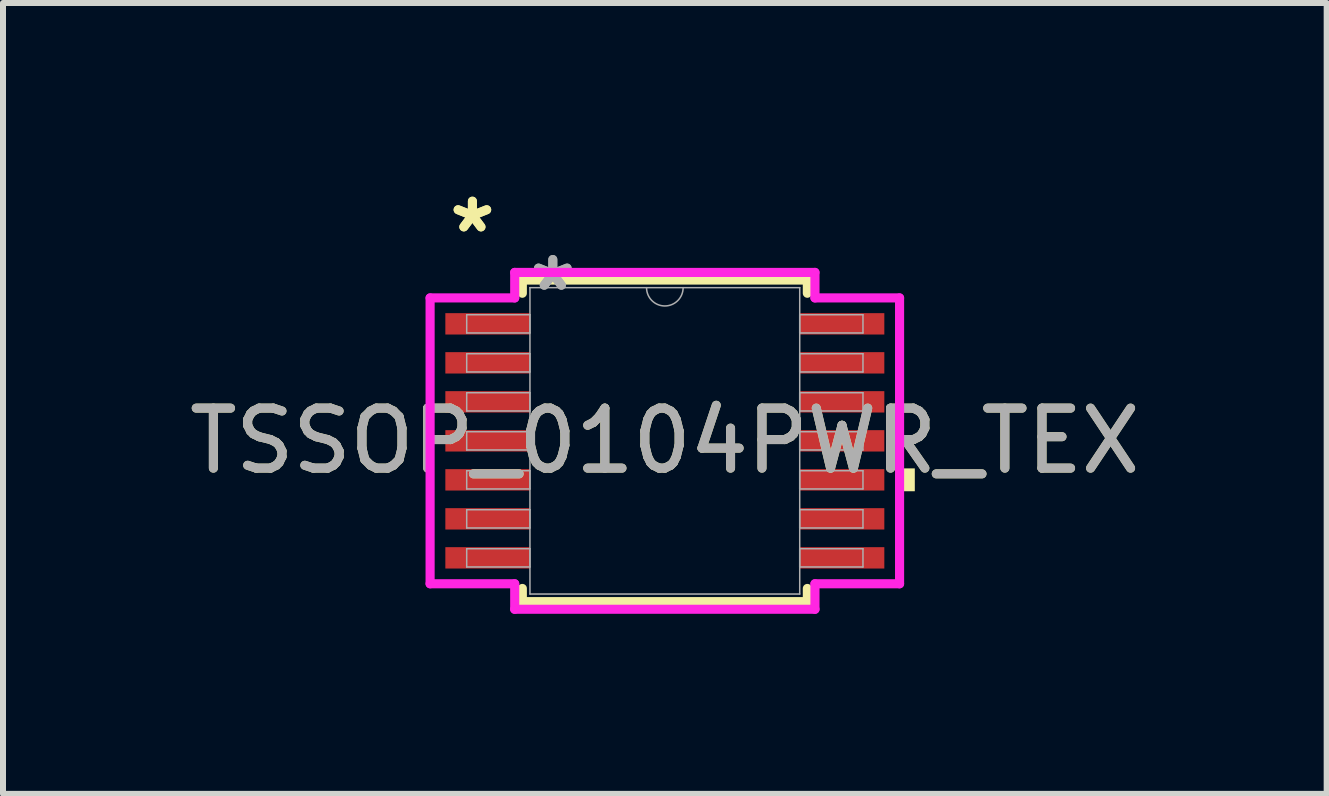
<source format=kicad_pcb>
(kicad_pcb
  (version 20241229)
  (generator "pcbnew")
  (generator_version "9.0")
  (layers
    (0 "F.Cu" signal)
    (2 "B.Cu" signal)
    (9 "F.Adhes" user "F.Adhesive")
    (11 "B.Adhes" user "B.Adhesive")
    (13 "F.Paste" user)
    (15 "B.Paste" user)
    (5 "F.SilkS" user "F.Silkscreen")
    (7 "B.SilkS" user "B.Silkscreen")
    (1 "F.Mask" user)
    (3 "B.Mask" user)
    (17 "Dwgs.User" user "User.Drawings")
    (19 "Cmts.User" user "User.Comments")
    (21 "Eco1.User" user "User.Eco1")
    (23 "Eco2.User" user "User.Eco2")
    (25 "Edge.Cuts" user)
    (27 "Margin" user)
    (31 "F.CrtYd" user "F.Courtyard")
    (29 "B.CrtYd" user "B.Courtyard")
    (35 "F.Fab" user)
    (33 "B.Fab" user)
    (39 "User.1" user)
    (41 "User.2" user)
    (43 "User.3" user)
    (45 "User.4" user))
  (footprint "TSSOP_0104PWR_TEX"
    (layer "F.Cu")
    (at 8.03 4.297)
    (property "Reference" "TSSOP_0104PWR_TEX" (at 0 0 0) (unlocked yes) (layer "F.SilkS") (effects (font (size 1 1) (thickness 0.15))))
    (attr smd)
    (fp_line (start -2.375 -2.68) (end -2.375 -2.46) (stroke (width 0.152) (type solid)) (layer "F.SilkS"))
    (fp_line (start -2.375 2.46) (end -2.375 2.68) (stroke (width 0.152) (type solid)) (layer "F.SilkS"))
    (fp_line (start -2.375 2.68) (end 2.375 2.68) (stroke (width 0.152) (type solid)) (layer "F.SilkS"))
    (fp_line (start 2.375 -2.68) (end -2.375 -2.68) (stroke (width 0.152) (type solid)) (layer "F.SilkS"))
    (fp_line (start 2.375 -2.46) (end 2.375 -2.68) (stroke (width 0.152) (type solid)) (layer "F.SilkS"))
    (fp_line (start 2.375 2.68) (end 2.375 2.46) (stroke (width 0.152) (type solid)) (layer "F.SilkS"))
    (fp_poly (pts (xy 4.166 0.459) (xy 4.166 0.84) (xy 3.912 0.84) (xy 3.912 0.459)) (stroke (width 0) (type solid)) (fill yes) (layer "F.SilkS"))
    (fp_line (start -3.912 -2.382) (end -2.502 -2.382) (stroke (width 0.152) (type solid)) (layer "F.CrtYd"))
    (fp_line (start -3.912 2.382) (end -3.912 -2.382) (stroke (width 0.152) (type solid)) (layer "F.CrtYd"))
    (fp_line (start -3.912 2.382) (end -2.502 2.382) (stroke (width 0.152) (type solid)) (layer "F.CrtYd"))
    (fp_line (start -2.502 -2.807) (end 2.502 -2.807) (stroke (width 0.152) (type solid)) (layer "F.CrtYd"))
    (fp_line (start -2.502 -2.382) (end -2.502 -2.807) (stroke (width 0.152) (type solid)) (layer "F.CrtYd"))
    (fp_line (start -2.502 2.807) (end -2.502 2.382) (stroke (width 0.152) (type solid)) (layer "F.CrtYd"))
    (fp_line (start 2.502 -2.807) (end 2.502 -2.382) (stroke (width 0.152) (type solid)) (layer "F.CrtYd"))
    (fp_line (start 2.502 2.382) (end 2.502 2.807) (stroke (width 0.152) (type solid)) (layer "F.CrtYd"))
    (fp_line (start 2.502 2.807) (end -2.502 2.807) (stroke (width 0.152) (type solid)) (layer "F.CrtYd"))
    (fp_line (start 3.912 -2.382) (end 2.502 -2.382) (stroke (width 0.152) (type solid)) (layer "F.CrtYd"))
    (fp_line (start 3.912 -2.382) (end 3.912 2.382) (stroke (width 0.152) (type solid)) (layer "F.CrtYd"))
    (fp_line (start 3.912 2.382) (end 2.502 2.382) (stroke (width 0.152) (type solid)) (layer "F.CrtYd"))
    (fp_line (start -3.302 -2.102) (end -3.302 -1.798) (stroke (width 0.025) (type solid)) (layer "F.Fab"))
    (fp_line (start -3.302 -1.798) (end -2.248 -1.798) (stroke (width 0.025) (type solid)) (layer "F.Fab"))
    (fp_line (start -3.302 -1.452) (end -3.302 -1.148) (stroke (width 0.025) (type solid)) (layer "F.Fab"))
    (fp_line (start -3.302 -1.148) (end -2.248 -1.148) (stroke (width 0.025) (type solid)) (layer "F.Fab"))
    (fp_line (start -3.302 -0.802) (end -3.302 -0.498) (stroke (width 0.025) (type solid)) (layer "F.Fab"))
    (fp_line (start -3.302 -0.498) (end -2.248 -0.498) (stroke (width 0.025) (type solid)) (layer "F.Fab"))
    (fp_line (start -3.302 -0.152) (end -3.302 0.152) (stroke (width 0.025) (type solid)) (layer "F.Fab"))
    (fp_line (start -3.302 0.152) (end -2.248 0.152) (stroke (width 0.025) (type solid)) (layer "F.Fab"))
    (fp_line (start -3.302 0.498) (end -3.302 0.802) (stroke (width 0.025) (type solid)) (layer "F.Fab"))
    (fp_line (start -3.302 0.802) (end -2.248 0.802) (stroke (width 0.025) (type solid)) (layer "F.Fab"))
    (fp_line (start -3.302 1.148) (end -3.302 1.452) (stroke (width 0.025) (type solid)) (layer "F.Fab"))
    (fp_line (start -3.302 1.452) (end -2.248 1.452) (stroke (width 0.025) (type solid)) (layer "F.Fab"))
    (fp_line (start -3.302 1.798) (end -3.302 2.102) (stroke (width 0.025) (type solid)) (layer "F.Fab"))
    (fp_line (start -3.302 2.102) (end -2.248 2.102) (stroke (width 0.025) (type solid)) (layer "F.Fab"))
    (fp_line (start -2.248 -2.553) (end -2.248 2.553) (stroke (width 0.025) (type solid)) (layer "F.Fab"))
    (fp_line (start -2.248 -2.102) (end -3.302 -2.102) (stroke (width 0.025) (type solid)) (layer "F.Fab"))
    (fp_line (start -2.248 -1.798) (end -2.248 -2.102) (stroke (width 0.025) (type solid)) (layer "F.Fab"))
    (fp_line (start -2.248 -1.452) (end -3.302 -1.452) (stroke (width 0.025) (type solid)) (layer "F.Fab"))
    (fp_line (start -2.248 -1.148) (end -2.248 -1.452) (stroke (width 0.025) (type solid)) (layer "F.Fab"))
    (fp_line (start -2.248 -0.802) (end -3.302 -0.802) (stroke (width 0.025) (type solid)) (layer "F.Fab"))
    (fp_line (start -2.248 -0.498) (end -2.248 -0.802) (stroke (width 0.025) (type solid)) (layer "F.Fab"))
    (fp_line (start -2.248 -0.152) (end -3.302 -0.152) (stroke (width 0.025) (type solid)) (layer "F.Fab"))
    (fp_line (start -2.248 0.152) (end -2.248 -0.152) (stroke (width 0.025) (type solid)) (layer "F.Fab"))
    (fp_line (start -2.248 0.498) (end -3.302 0.498) (stroke (width 0.025) (type solid)) (layer "F.Fab"))
    (fp_line (start -2.248 0.802) (end -2.248 0.498) (stroke (width 0.025) (type solid)) (layer "F.Fab"))
    (fp_line (start -2.248 1.148) (end -3.302 1.148) (stroke (width 0.025) (type solid)) (layer "F.Fab"))
    (fp_line (start -2.248 1.452) (end -2.248 1.148) (stroke (width 0.025) (type solid)) (layer "F.Fab"))
    (fp_line (start -2.248 1.798) (end -3.302 1.798) (stroke (width 0.025) (type solid)) (layer "F.Fab"))
    (fp_line (start -2.248 2.102) (end -2.248 1.798) (stroke (width 0.025) (type solid)) (layer "F.Fab"))
    (fp_line (start -2.248 2.553) (end 2.248 2.553) (stroke (width 0.025) (type solid)) (layer "F.Fab"))
    (fp_line (start 2.248 -2.553) (end -2.248 -2.553) (stroke (width 0.025) (type solid)) (layer "F.Fab"))
    (fp_line (start 2.248 -2.102) (end 2.248 -1.798) (stroke (width 0.025) (type solid)) (layer "F.Fab"))
    (fp_line (start 2.248 -1.798) (end 3.302 -1.798) (stroke (width 0.025) (type solid)) (layer "F.Fab"))
    (fp_line (start 2.248 -1.452) (end 2.248 -1.148) (stroke (width 0.025) (type solid)) (layer "F.Fab"))
    (fp_line (start 2.248 -1.148) (end 3.302 -1.148) (stroke (width 0.025) (type solid)) (layer "F.Fab"))
    (fp_line (start 2.248 -0.802) (end 2.248 -0.498) (stroke (width 0.025) (type solid)) (layer "F.Fab"))
    (fp_line (start 2.248 -0.498) (end 3.302 -0.498) (stroke (width 0.025) (type solid)) (layer "F.Fab"))
    (fp_line (start 2.248 -0.152) (end 2.248 0.152) (stroke (width 0.025) (type solid)) (layer "F.Fab"))
    (fp_line (start 2.248 0.152) (end 3.302 0.152) (stroke (width 0.025) (type solid)) (layer "F.Fab"))
    (fp_line (start 2.248 0.498) (end 2.248 0.802) (stroke (width 0.025) (type solid)) (layer "F.Fab"))
    (fp_line (start 2.248 0.802) (end 3.302 0.802) (stroke (width 0.025) (type solid)) (layer "F.Fab"))
    (fp_line (start 2.248 1.148) (end 2.248 1.452) (stroke (width 0.025) (type solid)) (layer "F.Fab"))
    (fp_line (start 2.248 1.452) (end 3.302 1.452) (stroke (width 0.025) (type solid)) (layer "F.Fab"))
    (fp_line (start 2.248 1.798) (end 2.248 2.102) (stroke (width 0.025) (type solid)) (layer "F.Fab"))
    (fp_line (start 2.248 2.102) (end 3.302 2.102) (stroke (width 0.025) (type solid)) (layer "F.Fab"))
    (fp_line (start 2.248 2.553) (end 2.248 -2.553) (stroke (width 0.025) (type solid)) (layer "F.Fab"))
    (fp_line (start 3.302 -2.102) (end 2.248 -2.102) (stroke (width 0.025) (type solid)) (layer "F.Fab"))
    (fp_line (start 3.302 -1.798) (end 3.302 -2.102) (stroke (width 0.025) (type solid)) (layer "F.Fab"))
    (fp_line (start 3.302 -1.452) (end 2.248 -1.452) (stroke (width 0.025) (type solid)) (layer "F.Fab"))
    (fp_line (start 3.302 -1.148) (end 3.302 -1.452) (stroke (width 0.025) (type solid)) (layer "F.Fab"))
    (fp_line (start 3.302 -0.802) (end 2.248 -0.802) (stroke (width 0.025) (type solid)) (layer "F.Fab"))
    (fp_line (start 3.302 -0.498) (end 3.302 -0.802) (stroke (width 0.025) (type solid)) (layer "F.Fab"))
    (fp_line (start 3.302 -0.152) (end 2.248 -0.152) (stroke (width 0.025) (type solid)) (layer "F.Fab"))
    (fp_line (start 3.302 0.152) (end 3.302 -0.152) (stroke (width 0.025) (type solid)) (layer "F.Fab"))
    (fp_line (start 3.302 0.498) (end 2.248 0.498) (stroke (width 0.025) (type solid)) (layer "F.Fab"))
    (fp_line (start 3.302 0.802) (end 3.302 0.498) (stroke (width 0.025) (type solid)) (layer "F.Fab"))
    (fp_line (start 3.302 1.148) (end 2.248 1.148) (stroke (width 0.025) (type solid)) (layer "F.Fab"))
    (fp_line (start 3.302 1.452) (end 3.302 1.148) (stroke (width 0.025) (type solid)) (layer "F.Fab"))
    (fp_line (start 3.302 1.798) (end 2.248 1.798) (stroke (width 0.025) (type solid)) (layer "F.Fab"))
    (fp_line (start 3.302 2.102) (end 3.302 1.798) (stroke (width 0.025) (type solid)) (layer "F.Fab"))
    (fp_arc (start 0.3048 -2.5527) (mid 0 -2.2479) (end -0.3048 -2.5527) (stroke (width 0.0254) (type solid)) (layer "F.Fab"))
    (fp_text user "*" (at -3.207 -3.449 0) (unlocked yes) (layer "F.SilkS") (effects (font (size 1 1) (thickness 0.15))))
    (fp_text user "*" (at -3.207 -3.449 0) (layer "F.SilkS") (effects (font (size 1 1) (thickness 0.15))))
    (fp_text user "*" (at -1.867 -2.477 0) (unlocked yes) (layer "F.Fab") (effects (font (size 1 1) (thickness 0.15))))
    (fp_text user "${REFERENCE}" (at 0 0 0) (unlocked yes) (layer "F.Fab") (effects (font (size 1 1) (thickness 0.15))))
    (fp_text user "*" (at -1.867 -2.477 0) (layer "F.Fab") (effects (font (size 1 1) (thickness 0.15))))
    (pad "1" smd rect (at -2.953 -1.95) (size 1.41 0.356) (layers "F.Cu" "F.Mask" "F.Paste"))
    (pad "2" smd rect (at -2.953 -1.3) (size 1.41 0.356) (layers "F.Cu" "F.Mask" "F.Paste"))
    (pad "3" smd rect (at -2.953 -0.65) (size 1.41 0.356) (layers "F.Cu" "F.Mask" "F.Paste"))
    (pad "4" smd rect (at -2.953 0) (size 1.41 0.356) (layers "F.Cu" "F.Mask" "F.Paste"))
    (pad "5" smd rect (at -2.953 0.65) (size 1.41 0.356) (layers "F.Cu" "F.Mask" "F.Paste"))
    (pad "6" smd rect (at -2.953 1.3) (size 1.41 0.356) (layers "F.Cu" "F.Mask" "F.Paste"))
    (pad "7" smd rect (at -2.953 1.95) (size 1.41 0.356) (layers "F.Cu" "F.Mask" "F.Paste"))
    (pad "8" smd rect (at 2.953 1.95) (size 1.41 0.356) (layers "F.Cu" "F.Mask" "F.Paste"))
    (pad "9" smd rect (at 2.953 1.3) (size 1.41 0.356) (layers "F.Cu" "F.Mask" "F.Paste"))
    (pad "10" smd rect (at 2.953 0.65) (size 1.41 0.356) (layers "F.Cu" "F.Mask" "F.Paste"))
    (pad "11" smd rect (at 2.953 0) (size 1.41 0.356) (layers "F.Cu" "F.Mask" "F.Paste"))
    (pad "12" smd rect (at 2.953 -0.65) (size 1.41 0.356) (layers "F.Cu" "F.Mask" "F.Paste"))
    (pad "13" smd rect (at 2.953 -1.3) (size 1.41 0.356) (layers "F.Cu" "F.Mask" "F.Paste"))
    (pad "14" smd rect (at 2.953 -1.95) (size 1.41 0.356) (layers "F.Cu" "F.Mask" "F.Paste")))
  (gr_rect
    (start -3 -3)
    (end 19.06 10.18)
    (stroke (width 0.1) (type default))
    (fill no)
    (layer "Edge.Cuts")))
</source>
